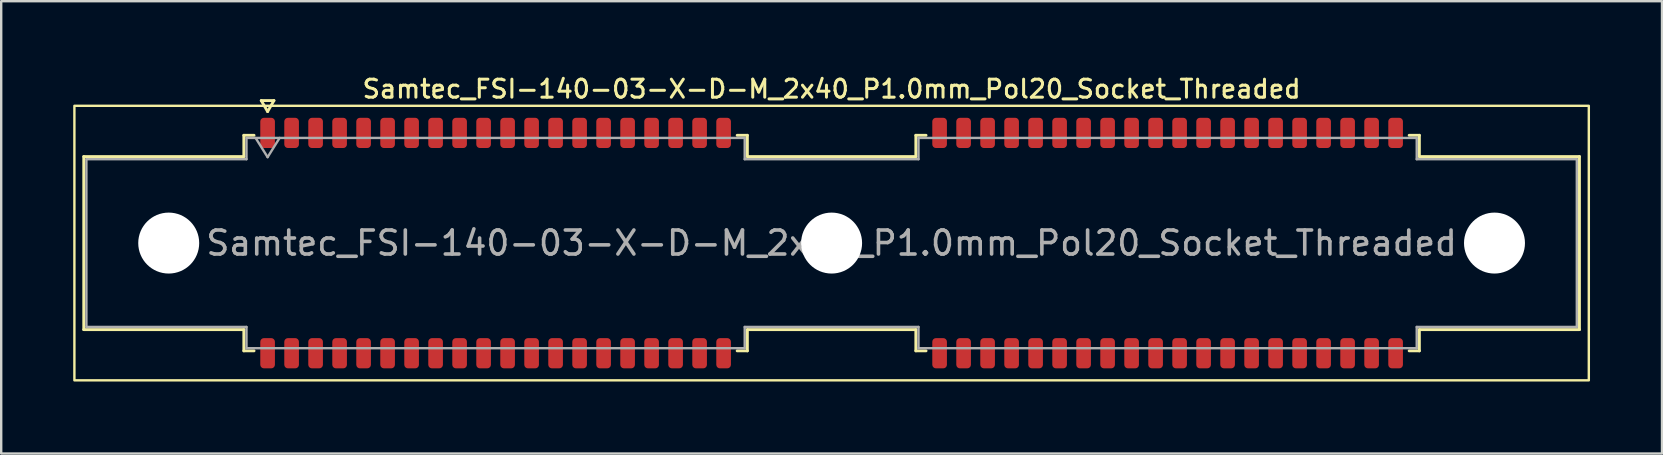
<source format=kicad_pcb>
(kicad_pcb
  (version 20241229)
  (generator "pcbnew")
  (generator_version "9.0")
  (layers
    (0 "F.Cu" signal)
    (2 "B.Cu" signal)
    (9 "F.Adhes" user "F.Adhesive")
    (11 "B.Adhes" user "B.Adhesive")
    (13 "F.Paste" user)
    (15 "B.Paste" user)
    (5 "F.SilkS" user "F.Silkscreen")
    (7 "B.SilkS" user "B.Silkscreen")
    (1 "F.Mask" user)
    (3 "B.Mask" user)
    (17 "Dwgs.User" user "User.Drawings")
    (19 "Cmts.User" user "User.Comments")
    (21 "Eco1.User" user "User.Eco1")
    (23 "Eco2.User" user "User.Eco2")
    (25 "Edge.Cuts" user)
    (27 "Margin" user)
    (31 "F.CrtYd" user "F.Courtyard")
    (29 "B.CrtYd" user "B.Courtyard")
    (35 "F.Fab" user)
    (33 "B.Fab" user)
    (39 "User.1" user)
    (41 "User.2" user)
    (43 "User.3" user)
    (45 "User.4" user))
  (footprint "Samtec_FSI-140-03-X-D-M_2x40_P1.0mm_Pol20_Socket_Threaded"
    (layer "F.Cu")
    (at 31.6 7.078)
    (property "Reference" "Samtec_FSI-140-03-X-D-M_2x40_P1.0mm_Pol20_Socket_Threaded" (at 0 -6.42 0) (layer "F.SilkS") (effects (font (size 0.75 0.75) (thickness 0.125))))
    (attr smd)
    (fp_line (start -31.16 -3.605) (end -24.49 -3.605) (stroke (width 0.12) (type solid)) (layer "F.SilkS"))
    (fp_line (start -31.16 3.605) (end -31.16 -3.605) (stroke (width 0.12) (type solid)) (layer "F.SilkS"))
    (fp_line (start -24.49 -4.49) (end -24.065 -4.49) (stroke (width 0.12) (type solid)) (layer "F.SilkS"))
    (fp_line (start -24.49 -3.605) (end -24.49 -4.49) (stroke (width 0.12) (type solid)) (layer "F.SilkS"))
    (fp_line (start -24.49 3.605) (end -31.16 3.605) (stroke (width 0.12) (type solid)) (layer "F.SilkS"))
    (fp_line (start -24.49 4.49) (end -24.49 3.605) (stroke (width 0.12) (type solid)) (layer "F.SilkS"))
    (fp_line (start -24.065 4.49) (end -24.49 4.49) (stroke (width 0.12) (type solid)) (layer "F.SilkS"))
    (fp_line (start -23.764 -5.938) (end -23.5 -5.48) (stroke (width 0.12) (type solid)) (layer "F.SilkS"))
    (fp_line (start -23.5 -5.48) (end -23.236 -5.938) (stroke (width 0.12) (type solid)) (layer "F.SilkS"))
    (fp_line (start -23.236 -5.938) (end -23.764 -5.938) (stroke (width 0.12) (type solid)) (layer "F.SilkS"))
    (fp_line (start -3.935 -4.49) (end -3.51 -4.49) (stroke (width 0.12) (type solid)) (layer "F.SilkS"))
    (fp_line (start -3.51 -4.49) (end -3.51 -3.605) (stroke (width 0.12) (type solid)) (layer "F.SilkS"))
    (fp_line (start -3.51 -3.605) (end 3.51 -3.605) (stroke (width 0.12) (type solid)) (layer "F.SilkS"))
    (fp_line (start -3.51 3.605) (end -3.51 4.49) (stroke (width 0.12) (type solid)) (layer "F.SilkS"))
    (fp_line (start -3.51 4.49) (end -3.935 4.49) (stroke (width 0.12) (type solid)) (layer "F.SilkS"))
    (fp_line (start 3.51 -4.49) (end 3.935 -4.49) (stroke (width 0.12) (type solid)) (layer "F.SilkS"))
    (fp_line (start 3.51 -3.605) (end 3.51 -4.49) (stroke (width 0.12) (type solid)) (layer "F.SilkS"))
    (fp_line (start 3.51 3.605) (end -3.51 3.605) (stroke (width 0.12) (type solid)) (layer "F.SilkS"))
    (fp_line (start 3.51 4.49) (end 3.51 3.605) (stroke (width 0.12) (type solid)) (layer "F.SilkS"))
    (fp_line (start 3.935 4.49) (end 3.51 4.49) (stroke (width 0.12) (type solid)) (layer "F.SilkS"))
    (fp_line (start 24.065 -4.49) (end 24.49 -4.49) (stroke (width 0.12) (type solid)) (layer "F.SilkS"))
    (fp_line (start 24.49 -4.49) (end 24.49 -3.605) (stroke (width 0.12) (type solid)) (layer "F.SilkS"))
    (fp_line (start 24.49 -3.605) (end 31.16 -3.605) (stroke (width 0.12) (type solid)) (layer "F.SilkS"))
    (fp_line (start 24.49 3.605) (end 24.49 4.49) (stroke (width 0.12) (type solid)) (layer "F.SilkS"))
    (fp_line (start 24.49 4.49) (end 24.065 4.49) (stroke (width 0.12) (type solid)) (layer "F.SilkS"))
    (fp_line (start 31.16 -3.605) (end 31.16 3.605) (stroke (width 0.12) (type solid)) (layer "F.SilkS"))
    (fp_line (start 31.16 3.605) (end 24.49 3.605) (stroke (width 0.12) (type solid)) (layer "F.SilkS"))
    (fp_rect (start -31.55 -5.72) (end 31.55 5.72) (stroke (width 0.1) (type solid)) (fill no) (layer "F.SilkS"))
    (fp_line (start -31.05 -3.495) (end -24.38 -3.495) (stroke (width 0.1) (type solid)) (layer "F.Fab"))
    (fp_line (start -31.05 3.495) (end -31.05 -3.495) (stroke (width 0.1) (type solid)) (layer "F.Fab"))
    (fp_line (start -24.38 -4.38) (end -3.62 -4.38) (stroke (width 0.1) (type solid)) (layer "F.Fab"))
    (fp_line (start -24.38 -3.495) (end -24.38 -4.38) (stroke (width 0.1) (type solid)) (layer "F.Fab"))
    (fp_line (start -24.38 3.495) (end -31.05 3.495) (stroke (width 0.1) (type solid)) (layer "F.Fab"))
    (fp_line (start -24.38 4.38) (end -24.38 3.495) (stroke (width 0.1) (type solid)) (layer "F.Fab"))
    (fp_line (start -24 -4.38) (end -23.5 -3.58) (stroke (width 0.1) (type solid)) (layer "F.Fab"))
    (fp_line (start -23.5 -3.58) (end -23 -4.38) (stroke (width 0.1) (type solid)) (layer "F.Fab"))
    (fp_line (start -3.62 -4.38) (end -3.62 -3.495) (stroke (width 0.1) (type solid)) (layer "F.Fab"))
    (fp_line (start -3.62 -3.495) (end 3.62 -3.495) (stroke (width 0.1) (type solid)) (layer "F.Fab"))
    (fp_line (start -3.62 3.495) (end -3.62 4.38) (stroke (width 0.1) (type solid)) (layer "F.Fab"))
    (fp_line (start -3.62 4.38) (end -24.38 4.38) (stroke (width 0.1) (type solid)) (layer "F.Fab"))
    (fp_line (start 3.62 -4.38) (end 24.38 -4.38) (stroke (width 0.1) (type solid)) (layer "F.Fab"))
    (fp_line (start 3.62 -3.495) (end 3.62 -4.38) (stroke (width 0.1) (type solid)) (layer "F.Fab"))
    (fp_line (start 3.62 3.495) (end -3.62 3.495) (stroke (width 0.1) (type solid)) (layer "F.Fab"))
    (fp_line (start 3.62 4.38) (end 3.62 3.495) (stroke (width 0.1) (type solid)) (layer "F.Fab"))
    (fp_line (start 24.38 -4.38) (end 24.38 -3.495) (stroke (width 0.1) (type solid)) (layer "F.Fab"))
    (fp_line (start 24.38 -3.495) (end 31.05 -3.495) (stroke (width 0.1) (type solid)) (layer "F.Fab"))
    (fp_line (start 24.38 3.495) (end 24.38 4.38) (stroke (width 0.1) (type solid)) (layer "F.Fab"))
    (fp_line (start 24.38 4.38) (end 3.62 4.38) (stroke (width 0.1) (type solid)) (layer "F.Fab"))
    (fp_line (start 31.05 -3.495) (end 31.05 3.495) (stroke (width 0.1) (type solid)) (layer "F.Fab"))
    (fp_line (start 31.05 3.495) (end 24.38 3.495) (stroke (width 0.1) (type solid)) (layer "F.Fab"))
    (fp_text user "${REFERENCE}" (at 0 0 0) (layer "F.Fab") (effects (font (size 1 1) (thickness 0.15))))
    (pad "" np_thru_hole circle (at -27.62 0) (size 2.54 2.54) (drill 2.54) (layers "*.Cu" "*.Mask"))
    (pad "" np_thru_hole circle (at 0 0) (size 2.54 2.54) (drill 2.54) (layers "*.Cu" "*.Mask"))
    (pad "" np_thru_hole circle (at 27.62 0) (size 2.54 2.54) (drill 2.54) (layers "*.Cu" "*.Mask"))
    (pad "1" smd roundrect (at -23.5 -4.59) (size 0.61 1.26) (layers "F.Cu" "F.Mask" "F.Paste") (roundrect_rratio 0.25))
    (pad "2" smd roundrect (at -23.5 4.59) (size 0.61 1.26) (layers "F.Cu" "F.Mask" "F.Paste") (roundrect_rratio 0.25))
    (pad "3" smd roundrect (at -22.5 -4.59) (size 0.61 1.26) (layers "F.Cu" "F.Mask" "F.Paste") (roundrect_rratio 0.25))
    (pad "4" smd roundrect (at -22.5 4.59) (size 0.61 1.26) (layers "F.Cu" "F.Mask" "F.Paste") (roundrect_rratio 0.25))
    (pad "5" smd roundrect (at -21.5 -4.59) (size 0.61 1.26) (layers "F.Cu" "F.Mask" "F.Paste") (roundrect_rratio 0.25))
    (pad "6" smd roundrect (at -21.5 4.59) (size 0.61 1.26) (layers "F.Cu" "F.Mask" "F.Paste") (roundrect_rratio 0.25))
    (pad "7" smd roundrect (at -20.5 -4.59) (size 0.61 1.26) (layers "F.Cu" "F.Mask" "F.Paste") (roundrect_rratio 0.25))
    (pad "8" smd roundrect (at -20.5 4.59) (size 0.61 1.26) (layers "F.Cu" "F.Mask" "F.Paste") (roundrect_rratio 0.25))
    (pad "9" smd roundrect (at -19.5 -4.59) (size 0.61 1.26) (layers "F.Cu" "F.Mask" "F.Paste") (roundrect_rratio 0.25))
    (pad "10" smd roundrect (at -19.5 4.59) (size 0.61 1.26) (layers "F.Cu" "F.Mask" "F.Paste") (roundrect_rratio 0.25))
    (pad "11" smd roundrect (at -18.5 -4.59) (size 0.61 1.26) (layers "F.Cu" "F.Mask" "F.Paste") (roundrect_rratio 0.25))
    (pad "12" smd roundrect (at -18.5 4.59) (size 0.61 1.26) (layers "F.Cu" "F.Mask" "F.Paste") (roundrect_rratio 0.25))
    (pad "13" smd roundrect (at -17.5 -4.59) (size 0.61 1.26) (layers "F.Cu" "F.Mask" "F.Paste") (roundrect_rratio 0.25))
    (pad "14" smd roundrect (at -17.5 4.59) (size 0.61 1.26) (layers "F.Cu" "F.Mask" "F.Paste") (roundrect_rratio 0.25))
    (pad "15" smd roundrect (at -16.5 -4.59) (size 0.61 1.26) (layers "F.Cu" "F.Mask" "F.Paste") (roundrect_rratio 0.25))
    (pad "16" smd roundrect (at -16.5 4.59) (size 0.61 1.26) (layers "F.Cu" "F.Mask" "F.Paste") (roundrect_rratio 0.25))
    (pad "17" smd roundrect (at -15.5 -4.59) (size 0.61 1.26) (layers "F.Cu" "F.Mask" "F.Paste") (roundrect_rratio 0.25))
    (pad "18" smd roundrect (at -15.5 4.59) (size 0.61 1.26) (layers "F.Cu" "F.Mask" "F.Paste") (roundrect_rratio 0.25))
    (pad "19" smd roundrect (at -14.5 -4.59) (size 0.61 1.26) (layers "F.Cu" "F.Mask" "F.Paste") (roundrect_rratio 0.25))
    (pad "20" smd roundrect (at -14.5 4.59) (size 0.61 1.26) (layers "F.Cu" "F.Mask" "F.Paste") (roundrect_rratio 0.25))
    (pad "21" smd roundrect (at -13.5 -4.59) (size 0.61 1.26) (layers "F.Cu" "F.Mask" "F.Paste") (roundrect_rratio 0.25))
    (pad "22" smd roundrect (at -13.5 4.59) (size 0.61 1.26) (layers "F.Cu" "F.Mask" "F.Paste") (roundrect_rratio 0.25))
    (pad "23" smd roundrect (at -12.5 -4.59) (size 0.61 1.26) (layers "F.Cu" "F.Mask" "F.Paste") (roundrect_rratio 0.25))
    (pad "24" smd roundrect (at -12.5 4.59) (size 0.61 1.26) (layers "F.Cu" "F.Mask" "F.Paste") (roundrect_rratio 0.25))
    (pad "25" smd roundrect (at -11.5 -4.59) (size 0.61 1.26) (layers "F.Cu" "F.Mask" "F.Paste") (roundrect_rratio 0.25))
    (pad "26" smd roundrect (at -11.5 4.59) (size 0.61 1.26) (layers "F.Cu" "F.Mask" "F.Paste") (roundrect_rratio 0.25))
    (pad "27" smd roundrect (at -10.5 -4.59) (size 0.61 1.26) (layers "F.Cu" "F.Mask" "F.Paste") (roundrect_rratio 0.25))
    (pad "28" smd roundrect (at -10.5 4.59) (size 0.61 1.26) (layers "F.Cu" "F.Mask" "F.Paste") (roundrect_rratio 0.25))
    (pad "29" smd roundrect (at -9.5 -4.59) (size 0.61 1.26) (layers "F.Cu" "F.Mask" "F.Paste") (roundrect_rratio 0.25))
    (pad "30" smd roundrect (at -9.5 4.59) (size 0.61 1.26) (layers "F.Cu" "F.Mask" "F.Paste") (roundrect_rratio 0.25))
    (pad "31" smd roundrect (at -8.5 -4.59) (size 0.61 1.26) (layers "F.Cu" "F.Mask" "F.Paste") (roundrect_rratio 0.25))
    (pad "32" smd roundrect (at -8.5 4.59) (size 0.61 1.26) (layers "F.Cu" "F.Mask" "F.Paste") (roundrect_rratio 0.25))
    (pad "33" smd roundrect (at -7.5 -4.59) (size 0.61 1.26) (layers "F.Cu" "F.Mask" "F.Paste") (roundrect_rratio 0.25))
    (pad "34" smd roundrect (at -7.5 4.59) (size 0.61 1.26) (layers "F.Cu" "F.Mask" "F.Paste") (roundrect_rratio 0.25))
    (pad "35" smd roundrect (at -6.5 -4.59) (size 0.61 1.26) (layers "F.Cu" "F.Mask" "F.Paste") (roundrect_rratio 0.25))
    (pad "36" smd roundrect (at -6.5 4.59) (size 0.61 1.26) (layers "F.Cu" "F.Mask" "F.Paste") (roundrect_rratio 0.25))
    (pad "37" smd roundrect (at -5.5 -4.59) (size 0.61 1.26) (layers "F.Cu" "F.Mask" "F.Paste") (roundrect_rratio 0.25))
    (pad "38" smd roundrect (at -5.5 4.59) (size 0.61 1.26) (layers "F.Cu" "F.Mask" "F.Paste") (roundrect_rratio 0.25))
    (pad "39" smd roundrect (at -4.5 -4.59) (size 0.61 1.26) (layers "F.Cu" "F.Mask" "F.Paste") (roundrect_rratio 0.25))
    (pad "40" smd roundrect (at -4.5 4.59) (size 0.61 1.26) (layers "F.Cu" "F.Mask" "F.Paste") (roundrect_rratio 0.25))
    (pad "41" smd roundrect (at 4.5 -4.59) (size 0.61 1.26) (layers "F.Cu" "F.Mask" "F.Paste") (roundrect_rratio 0.25))
    (pad "42" smd roundrect (at 4.5 4.59) (size 0.61 1.26) (layers "F.Cu" "F.Mask" "F.Paste") (roundrect_rratio 0.25))
    (pad "43" smd roundrect (at 5.5 -4.59) (size 0.61 1.26) (layers "F.Cu" "F.Mask" "F.Paste") (roundrect_rratio 0.25))
    (pad "44" smd roundrect (at 5.5 4.59) (size 0.61 1.26) (layers "F.Cu" "F.Mask" "F.Paste") (roundrect_rratio 0.25))
    (pad "45" smd roundrect (at 6.5 -4.59) (size 0.61 1.26) (layers "F.Cu" "F.Mask" "F.Paste") (roundrect_rratio 0.25))
    (pad "46" smd roundrect (at 6.5 4.59) (size 0.61 1.26) (layers "F.Cu" "F.Mask" "F.Paste") (roundrect_rratio 0.25))
    (pad "47" smd roundrect (at 7.5 -4.59) (size 0.61 1.26) (layers "F.Cu" "F.Mask" "F.Paste") (roundrect_rratio 0.25))
    (pad "48" smd roundrect (at 7.5 4.59) (size 0.61 1.26) (layers "F.Cu" "F.Mask" "F.Paste") (roundrect_rratio 0.25))
    (pad "49" smd roundrect (at 8.5 -4.59) (size 0.61 1.26) (layers "F.Cu" "F.Mask" "F.Paste") (roundrect_rratio 0.25))
    (pad "50" smd roundrect (at 8.5 4.59) (size 0.61 1.26) (layers "F.Cu" "F.Mask" "F.Paste") (roundrect_rratio 0.25))
    (pad "51" smd roundrect (at 9.5 -4.59) (size 0.61 1.26) (layers "F.Cu" "F.Mask" "F.Paste") (roundrect_rratio 0.25))
    (pad "52" smd roundrect (at 9.5 4.59) (size 0.61 1.26) (layers "F.Cu" "F.Mask" "F.Paste") (roundrect_rratio 0.25))
    (pad "53" smd roundrect (at 10.5 -4.59) (size 0.61 1.26) (layers "F.Cu" "F.Mask" "F.Paste") (roundrect_rratio 0.25))
    (pad "54" smd roundrect (at 10.5 4.59) (size 0.61 1.26) (layers "F.Cu" "F.Mask" "F.Paste") (roundrect_rratio 0.25))
    (pad "55" smd roundrect (at 11.5 -4.59) (size 0.61 1.26) (layers "F.Cu" "F.Mask" "F.Paste") (roundrect_rratio 0.25))
    (pad "56" smd roundrect (at 11.5 4.59) (size 0.61 1.26) (layers "F.Cu" "F.Mask" "F.Paste") (roundrect_rratio 0.25))
    (pad "57" smd roundrect (at 12.5 -4.59) (size 0.61 1.26) (layers "F.Cu" "F.Mask" "F.Paste") (roundrect_rratio 0.25))
    (pad "58" smd roundrect (at 12.5 4.59) (size 0.61 1.26) (layers "F.Cu" "F.Mask" "F.Paste") (roundrect_rratio 0.25))
    (pad "59" smd roundrect (at 13.5 -4.59) (size 0.61 1.26) (layers "F.Cu" "F.Mask" "F.Paste") (roundrect_rratio 0.25))
    (pad "60" smd roundrect (at 13.5 4.59) (size 0.61 1.26) (layers "F.Cu" "F.Mask" "F.Paste") (roundrect_rratio 0.25))
    (pad "61" smd roundrect (at 14.5 -4.59) (size 0.61 1.26) (layers "F.Cu" "F.Mask" "F.Paste") (roundrect_rratio 0.25))
    (pad "62" smd roundrect (at 14.5 4.59) (size 0.61 1.26) (layers "F.Cu" "F.Mask" "F.Paste") (roundrect_rratio 0.25))
    (pad "63" smd roundrect (at 15.5 -4.59) (size 0.61 1.26) (layers "F.Cu" "F.Mask" "F.Paste") (roundrect_rratio 0.25))
    (pad "64" smd roundrect (at 15.5 4.59) (size 0.61 1.26) (layers "F.Cu" "F.Mask" "F.Paste") (roundrect_rratio 0.25))
    (pad "65" smd roundrect (at 16.5 -4.59) (size 0.61 1.26) (layers "F.Cu" "F.Mask" "F.Paste") (roundrect_rratio 0.25))
    (pad "66" smd roundrect (at 16.5 4.59) (size 0.61 1.26) (layers "F.Cu" "F.Mask" "F.Paste") (roundrect_rratio 0.25))
    (pad "67" smd roundrect (at 17.5 -4.59) (size 0.61 1.26) (layers "F.Cu" "F.Mask" "F.Paste") (roundrect_rratio 0.25))
    (pad "68" smd roundrect (at 17.5 4.59) (size 0.61 1.26) (layers "F.Cu" "F.Mask" "F.Paste") (roundrect_rratio 0.25))
    (pad "69" smd roundrect (at 18.5 -4.59) (size 0.61 1.26) (layers "F.Cu" "F.Mask" "F.Paste") (roundrect_rratio 0.25))
    (pad "70" smd roundrect (at 18.5 4.59) (size 0.61 1.26) (layers "F.Cu" "F.Mask" "F.Paste") (roundrect_rratio 0.25))
    (pad "71" smd roundrect (at 19.5 -4.59) (size 0.61 1.26) (layers "F.Cu" "F.Mask" "F.Paste") (roundrect_rratio 0.25))
    (pad "72" smd roundrect (at 19.5 4.59) (size 0.61 1.26) (layers "F.Cu" "F.Mask" "F.Paste") (roundrect_rratio 0.25))
    (pad "73" smd roundrect (at 20.5 -4.59) (size 0.61 1.26) (layers "F.Cu" "F.Mask" "F.Paste") (roundrect_rratio 0.25))
    (pad "74" smd roundrect (at 20.5 4.59) (size 0.61 1.26) (layers "F.Cu" "F.Mask" "F.Paste") (roundrect_rratio 0.25))
    (pad "75" smd roundrect (at 21.5 -4.59) (size 0.61 1.26) (layers "F.Cu" "F.Mask" "F.Paste") (roundrect_rratio 0.25))
    (pad "76" smd roundrect (at 21.5 4.59) (size 0.61 1.26) (layers "F.Cu" "F.Mask" "F.Paste") (roundrect_rratio 0.25))
    (pad "77" smd roundrect (at 22.5 -4.59) (size 0.61 1.26) (layers "F.Cu" "F.Mask" "F.Paste") (roundrect_rratio 0.25))
    (pad "78" smd roundrect (at 22.5 4.59) (size 0.61 1.26) (layers "F.Cu" "F.Mask" "F.Paste") (roundrect_rratio 0.25))
    (pad "79" smd roundrect (at 23.5 -4.59) (size 0.61 1.26) (layers "F.Cu" "F.Mask" "F.Paste") (roundrect_rratio 0.25))
    (pad "80" smd roundrect (at 23.5 4.59) (size 0.61 1.26) (layers "F.Cu" "F.Mask" "F.Paste") (roundrect_rratio 0.25)))
  (gr_rect
    (start -3 -3)
    (end 66.2 15.848)
    (stroke (width 0.1) (type default))
    (fill no)
    (layer "Edge.Cuts")))
</source>
